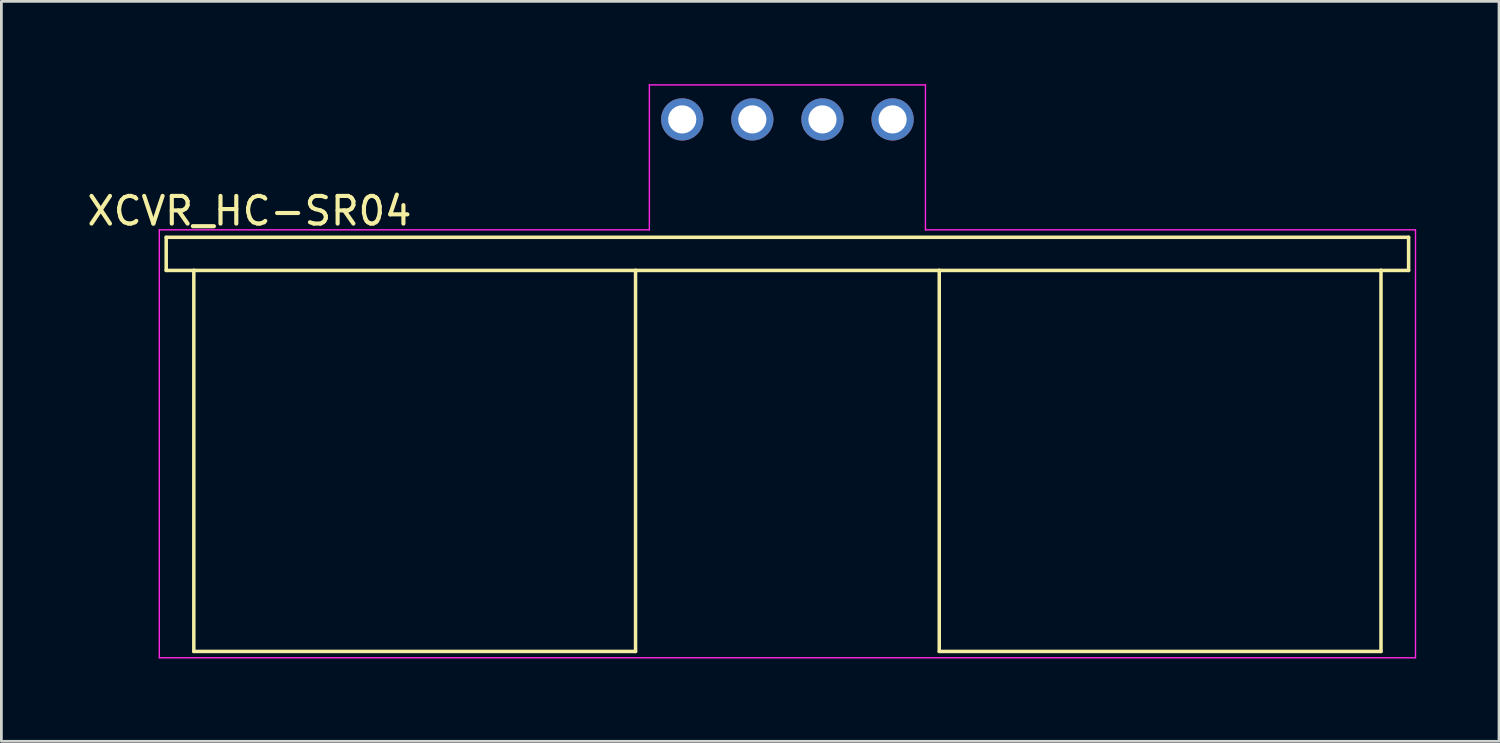
<source format=kicad_pcb>
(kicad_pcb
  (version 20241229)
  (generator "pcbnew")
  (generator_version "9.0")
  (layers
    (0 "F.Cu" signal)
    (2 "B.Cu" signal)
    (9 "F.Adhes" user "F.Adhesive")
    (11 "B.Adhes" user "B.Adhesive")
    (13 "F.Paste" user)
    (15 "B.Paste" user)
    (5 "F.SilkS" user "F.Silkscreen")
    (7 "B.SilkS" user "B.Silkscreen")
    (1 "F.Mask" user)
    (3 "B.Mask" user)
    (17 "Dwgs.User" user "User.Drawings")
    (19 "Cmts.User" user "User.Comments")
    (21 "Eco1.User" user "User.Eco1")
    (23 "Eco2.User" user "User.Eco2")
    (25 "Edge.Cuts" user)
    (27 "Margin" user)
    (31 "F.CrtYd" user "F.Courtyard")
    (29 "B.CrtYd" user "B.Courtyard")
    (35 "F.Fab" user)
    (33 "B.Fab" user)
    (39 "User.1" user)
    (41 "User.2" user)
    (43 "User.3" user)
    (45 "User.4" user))
  (footprint "XCVR_HC-SR04"
    (layer "F.Cu")
    (at 25.47 1.275)
    (property "Reference" "XCVR_HC-SR04" (at -19.485 3.317 0) (layer "F.SilkS") (effects (font (size 1.001 1.001) (thickness 0.15))))
    (attr through_hole)
    (fp_line (start -22.5 4.27) (end 22.5 4.27) (stroke (width 0.127) (type solid)) (layer "F.SilkS"))
    (fp_line (start -22.5 5.47) (end -22.5 4.27) (stroke (width 0.127) (type solid)) (layer "F.SilkS"))
    (fp_line (start -21.5 5.47) (end -22.5 5.47) (stroke (width 0.127) (type solid)) (layer "F.SilkS"))
    (fp_line (start -21.5 5.47) (end -21.5 19.27) (stroke (width 0.127) (type solid)) (layer "F.SilkS"))
    (fp_line (start -21.5 19.27) (end -5.5 19.27) (stroke (width 0.127) (type solid)) (layer "F.SilkS"))
    (fp_line (start -5.5 5.47) (end -21.5 5.47) (stroke (width 0.127) (type solid)) (layer "F.SilkS"))
    (fp_line (start -5.5 5.47) (end -5.5 19.27) (stroke (width 0.127) (type solid)) (layer "F.SilkS"))
    (fp_line (start 5.5 5.47) (end -5.5 5.47) (stroke (width 0.127) (type solid)) (layer "F.SilkS"))
    (fp_line (start 5.5 5.47) (end 5.5 19.27) (stroke (width 0.127) (type solid)) (layer "F.SilkS"))
    (fp_line (start 5.5 19.27) (end 21.5 19.27) (stroke (width 0.127) (type solid)) (layer "F.SilkS"))
    (fp_line (start 21.5 5.47) (end 5.5 5.47) (stroke (width 0.127) (type solid)) (layer "F.SilkS"))
    (fp_line (start 21.5 5.47) (end 21.5 19.27) (stroke (width 0.127) (type solid)) (layer "F.SilkS"))
    (fp_line (start 22.5 4.27) (end 22.5 5.47) (stroke (width 0.127) (type solid)) (layer "F.SilkS"))
    (fp_line (start 22.5 5.47) (end 21.5 5.47) (stroke (width 0.127) (type solid)) (layer "F.SilkS"))
    (fp_line (start -22.75 4) (end -22.75 19.5) (stroke (width 0.05) (type solid)) (layer "F.CrtYd"))
    (fp_line (start -22.75 19.5) (end 22.75 19.5) (stroke (width 0.05) (type solid)) (layer "F.CrtYd"))
    (fp_line (start -5 -1.25) (end -5 4) (stroke (width 0.05) (type solid)) (layer "F.CrtYd"))
    (fp_line (start -5 4) (end -22.75 4) (stroke (width 0.05) (type solid)) (layer "F.CrtYd"))
    (fp_line (start 5 -1.25) (end -5 -1.25) (stroke (width 0.05) (type solid)) (layer "F.CrtYd"))
    (fp_line (start 5 4) (end 5 -1.25) (stroke (width 0.05) (type solid)) (layer "F.CrtYd"))
    (fp_line (start 22.75 4) (end 5 4) (stroke (width 0.05) (type solid)) (layer "F.CrtYd"))
    (fp_line (start 22.75 19.5) (end 22.75 4) (stroke (width 0.05) (type solid)) (layer "F.CrtYd"))
    (pad "1" thru_hole circle (at -3.81 0) (size 1.53 1.53) (drill 1.02) (layers "*.Cu" "*.Mask"))
    (pad "2" thru_hole circle (at -1.27 0) (size 1.53 1.53) (drill 1.02) (layers "*.Cu" "*.Mask"))
    (pad "3" thru_hole circle (at 1.27 0) (size 1.53 1.53) (drill 1.02) (layers "*.Cu" "*.Mask"))
    (pad "4" thru_hole circle (at 3.81 0) (size 1.53 1.53) (drill 1.02) (layers "*.Cu" "*.Mask")))
  (gr_rect
    (start -3 -3)
    (end 51.245 23.8)
    (stroke (width 0.1) (type default))
    (fill no)
    (layer "Edge.Cuts")))
</source>
